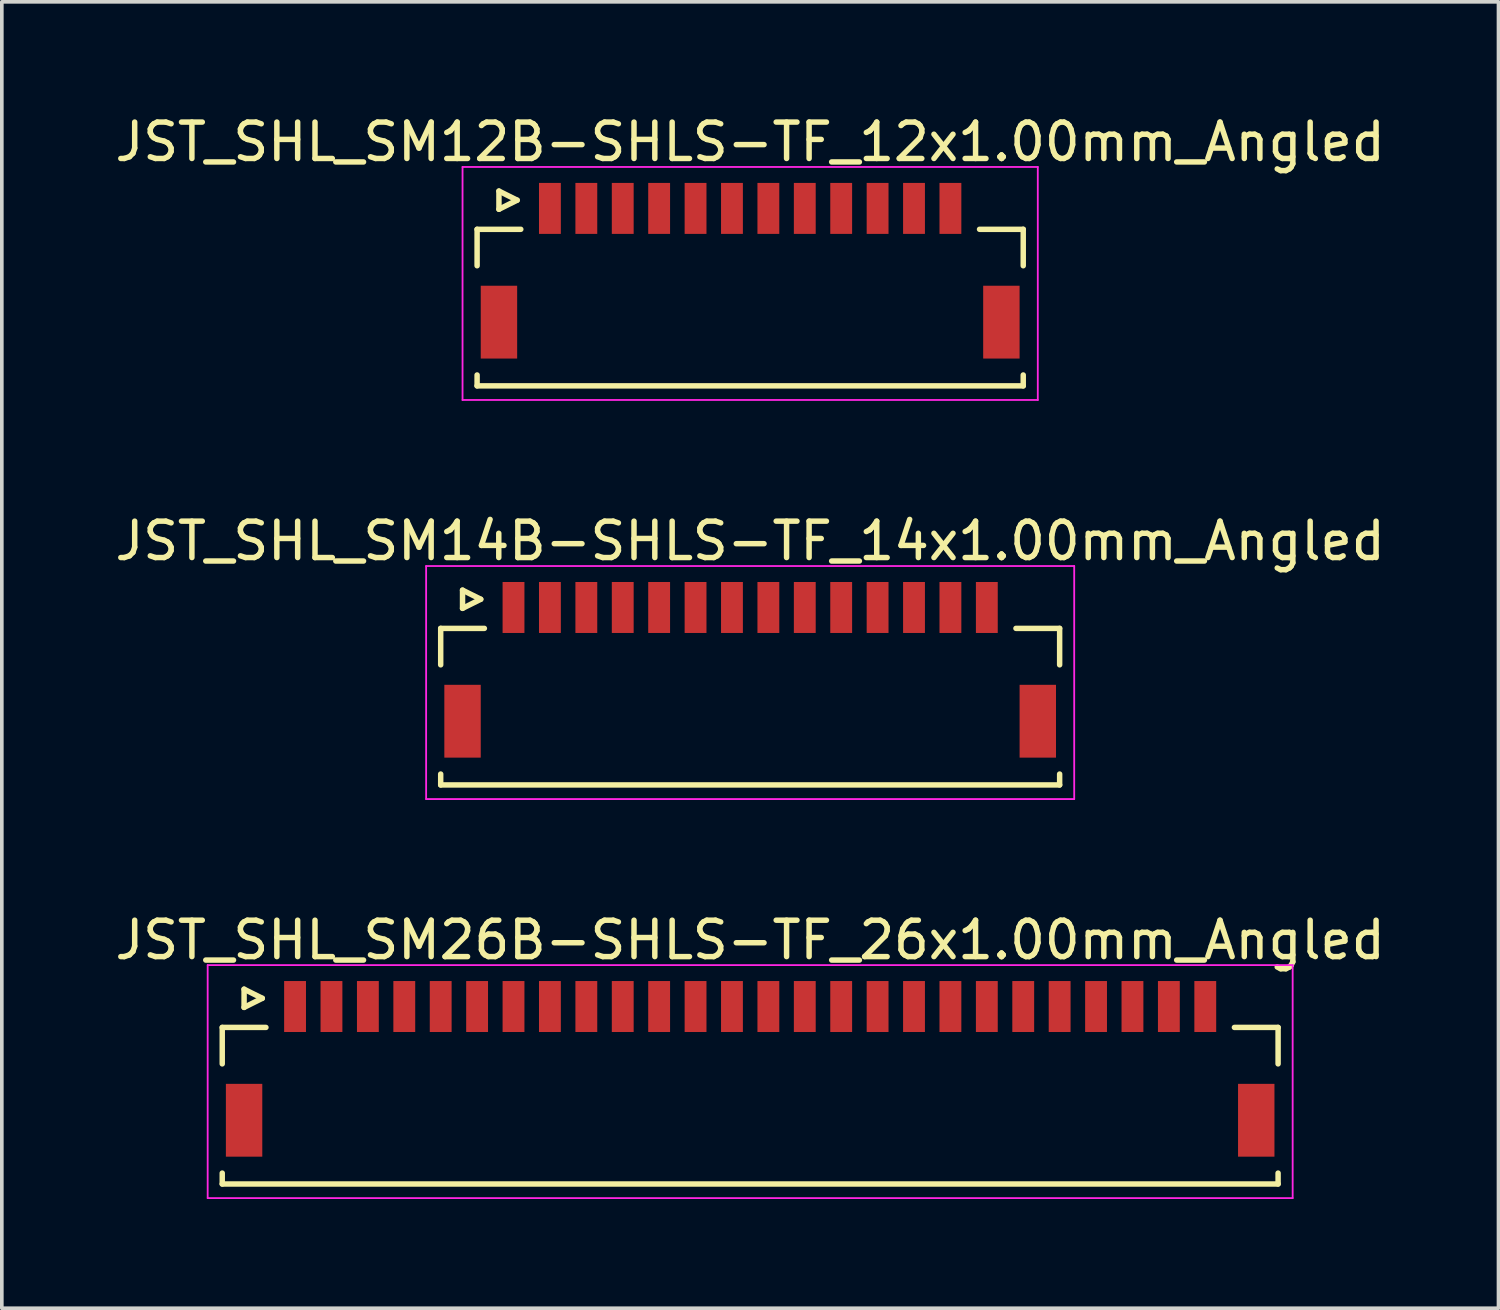
<source format=kicad_pcb>
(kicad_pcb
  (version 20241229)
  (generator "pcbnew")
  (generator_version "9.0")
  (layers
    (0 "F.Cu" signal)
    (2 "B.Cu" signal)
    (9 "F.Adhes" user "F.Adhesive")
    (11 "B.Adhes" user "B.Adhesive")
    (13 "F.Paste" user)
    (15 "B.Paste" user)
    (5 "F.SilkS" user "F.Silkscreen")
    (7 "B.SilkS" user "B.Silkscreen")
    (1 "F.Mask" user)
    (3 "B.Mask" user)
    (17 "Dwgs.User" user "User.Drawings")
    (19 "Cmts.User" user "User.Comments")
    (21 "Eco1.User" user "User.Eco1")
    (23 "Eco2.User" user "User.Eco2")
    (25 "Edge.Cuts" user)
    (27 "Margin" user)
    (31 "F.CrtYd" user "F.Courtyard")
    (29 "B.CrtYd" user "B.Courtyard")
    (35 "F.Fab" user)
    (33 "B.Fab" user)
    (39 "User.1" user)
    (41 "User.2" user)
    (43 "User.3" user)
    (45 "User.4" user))
  (footprint "JST_SHL_SM26B-SHLS-TF_26x1.00mm_Angled"
    (layer "F.Cu")
    (at 17.554 26.157)
    (property "Reference" "JST_SHL_SM26B-SHLS-TF_26x1.00mm_Angled" (at 0 -3.388 0) (layer "F.SilkS") (effects (font (size 1 1) (thickness 0.15))))
    (attr smd)
    (fp_line (start -14.5 -0.988) (end -13.3 -0.988) (stroke (width 0.15) (type solid)) (layer "F.SilkS"))
    (fp_line (start -14.5 0.013) (end -14.5 -0.988) (stroke (width 0.15) (type solid)) (layer "F.SilkS"))
    (fp_line (start -14.5 3.013) (end -14.5 3.312) (stroke (width 0.15) (type solid)) (layer "F.SilkS"))
    (fp_line (start -14.5 3.312) (end 14.5 3.312) (stroke (width 0.15) (type solid)) (layer "F.SilkS"))
    (fp_line (start -13.9 -2.038) (end -13.9 -1.538) (stroke (width 0.15) (type solid)) (layer "F.SilkS"))
    (fp_line (start -13.9 -1.538) (end -13.4 -1.788) (stroke (width 0.15) (type solid)) (layer "F.SilkS"))
    (fp_line (start -13.4 -1.788) (end -13.9 -2.038) (stroke (width 0.15) (type solid)) (layer "F.SilkS"))
    (fp_line (start 14.5 -0.988) (end 13.3 -0.988) (stroke (width 0.15) (type solid)) (layer "F.SilkS"))
    (fp_line (start 14.5 0.013) (end 14.5 -0.988) (stroke (width 0.15) (type solid)) (layer "F.SilkS"))
    (fp_line (start 14.5 3.312) (end 14.5 3.013) (stroke (width 0.15) (type solid)) (layer "F.SilkS"))
    (fp_line (start -14.9 -2.7) (end -14.9 3.7) (stroke (width 0.05) (type solid)) (layer "F.CrtYd"))
    (fp_line (start -14.9 3.7) (end 14.9 3.7) (stroke (width 0.05) (type solid)) (layer "F.CrtYd"))
    (fp_line (start 14.9 -2.7) (end -14.9 -2.7) (stroke (width 0.05) (type solid)) (layer "F.CrtYd"))
    (fp_line (start 14.9 3.7) (end 14.9 -2.7) (stroke (width 0.05) (type solid)) (layer "F.CrtYd"))
    (pad "" smd rect (at -13.9 1.562) (size 1 2) (layers "F.Cu" "F.Mask" "F.Paste"))
    (pad "" smd rect (at 13.9 1.562) (size 1 2) (layers "F.Cu" "F.Mask" "F.Paste"))
    (pad "1" smd rect (at -12.5 -1.562) (size 0.6 1.4) (layers "F.Cu" "F.Mask" "F.Paste"))
    (pad "2" smd rect (at -11.5 -1.562) (size 0.6 1.4) (layers "F.Cu" "F.Mask" "F.Paste"))
    (pad "3" smd rect (at -10.5 -1.562) (size 0.6 1.4) (layers "F.Cu" "F.Mask" "F.Paste"))
    (pad "4" smd rect (at -9.5 -1.562) (size 0.6 1.4) (layers "F.Cu" "F.Mask" "F.Paste"))
    (pad "5" smd rect (at -8.5 -1.562) (size 0.6 1.4) (layers "F.Cu" "F.Mask" "F.Paste"))
    (pad "6" smd rect (at -7.5 -1.562) (size 0.6 1.4) (layers "F.Cu" "F.Mask" "F.Paste"))
    (pad "7" smd rect (at -6.5 -1.562) (size 0.6 1.4) (layers "F.Cu" "F.Mask" "F.Paste"))
    (pad "8" smd rect (at -5.5 -1.562) (size 0.6 1.4) (layers "F.Cu" "F.Mask" "F.Paste"))
    (pad "9" smd rect (at -4.5 -1.562) (size 0.6 1.4) (layers "F.Cu" "F.Mask" "F.Paste"))
    (pad "10" smd rect (at -3.5 -1.562) (size 0.6 1.4) (layers "F.Cu" "F.Mask" "F.Paste"))
    (pad "11" smd rect (at -2.5 -1.562) (size 0.6 1.4) (layers "F.Cu" "F.Mask" "F.Paste"))
    (pad "12" smd rect (at -1.5 -1.562) (size 0.6 1.4) (layers "F.Cu" "F.Mask" "F.Paste"))
    (pad "13" smd rect (at -0.5 -1.562) (size 0.6 1.4) (layers "F.Cu" "F.Mask" "F.Paste"))
    (pad "14" smd rect (at 0.5 -1.562) (size 0.6 1.4) (layers "F.Cu" "F.Mask" "F.Paste"))
    (pad "15" smd rect (at 1.5 -1.562) (size 0.6 1.4) (layers "F.Cu" "F.Mask" "F.Paste"))
    (pad "16" smd rect (at 2.5 -1.562) (size 0.6 1.4) (layers "F.Cu" "F.Mask" "F.Paste"))
    (pad "17" smd rect (at 3.5 -1.562) (size 0.6 1.4) (layers "F.Cu" "F.Mask" "F.Paste"))
    (pad "18" smd rect (at 4.5 -1.562) (size 0.6 1.4) (layers "F.Cu" "F.Mask" "F.Paste"))
    (pad "19" smd rect (at 5.5 -1.562) (size 0.6 1.4) (layers "F.Cu" "F.Mask" "F.Paste"))
    (pad "20" smd rect (at 6.5 -1.562) (size 0.6 1.4) (layers "F.Cu" "F.Mask" "F.Paste"))
    (pad "21" smd rect (at 7.5 -1.562) (size 0.6 1.4) (layers "F.Cu" "F.Mask" "F.Paste"))
    (pad "22" smd rect (at 8.5 -1.562) (size 0.6 1.4) (layers "F.Cu" "F.Mask" "F.Paste"))
    (pad "23" smd rect (at 9.5 -1.562) (size 0.6 1.4) (layers "F.Cu" "F.Mask" "F.Paste"))
    (pad "24" smd rect (at 10.5 -1.562) (size 0.6 1.4) (layers "F.Cu" "F.Mask" "F.Paste"))
    (pad "25" smd rect (at 11.5 -1.562) (size 0.6 1.4) (layers "F.Cu" "F.Mask" "F.Paste"))
    (pad "26" smd rect (at 12.5 -1.562) (size 0.6 1.4) (layers "F.Cu" "F.Mask" "F.Paste")))
  (footprint "JST_SHL_SM14B-SHLS-TF_14x1.00mm_Angled"
    (layer "F.Cu")
    (at 17.554 15.197)
    (property "Reference" "JST_SHL_SM14B-SHLS-TF_14x1.00mm_Angled" (at 0 -3.388 0) (layer "F.SilkS") (effects (font (size 1 1) (thickness 0.15))))
    (attr smd)
    (fp_line (start -8.5 -0.988) (end -7.3 -0.988) (stroke (width 0.15) (type solid)) (layer "F.SilkS"))
    (fp_line (start -8.5 0.013) (end -8.5 -0.988) (stroke (width 0.15) (type solid)) (layer "F.SilkS"))
    (fp_line (start -8.5 3.013) (end -8.5 3.312) (stroke (width 0.15) (type solid)) (layer "F.SilkS"))
    (fp_line (start -8.5 3.312) (end 8.5 3.312) (stroke (width 0.15) (type solid)) (layer "F.SilkS"))
    (fp_line (start -7.9 -2.038) (end -7.9 -1.538) (stroke (width 0.15) (type solid)) (layer "F.SilkS"))
    (fp_line (start -7.9 -1.538) (end -7.4 -1.788) (stroke (width 0.15) (type solid)) (layer "F.SilkS"))
    (fp_line (start -7.4 -1.788) (end -7.9 -2.038) (stroke (width 0.15) (type solid)) (layer "F.SilkS"))
    (fp_line (start 8.5 -0.988) (end 7.3 -0.988) (stroke (width 0.15) (type solid)) (layer "F.SilkS"))
    (fp_line (start 8.5 0.013) (end 8.5 -0.988) (stroke (width 0.15) (type solid)) (layer "F.SilkS"))
    (fp_line (start 8.5 3.312) (end 8.5 3.013) (stroke (width 0.15) (type solid)) (layer "F.SilkS"))
    (fp_line (start -8.9 -2.7) (end -8.9 3.7) (stroke (width 0.05) (type solid)) (layer "F.CrtYd"))
    (fp_line (start -8.9 3.7) (end 8.9 3.7) (stroke (width 0.05) (type solid)) (layer "F.CrtYd"))
    (fp_line (start 8.9 -2.7) (end -8.9 -2.7) (stroke (width 0.05) (type solid)) (layer "F.CrtYd"))
    (fp_line (start 8.9 3.7) (end 8.9 -2.7) (stroke (width 0.05) (type solid)) (layer "F.CrtYd"))
    (pad "" smd rect (at -7.9 1.562) (size 1 2) (layers "F.Cu" "F.Mask" "F.Paste"))
    (pad "" smd rect (at 7.9 1.562) (size 1 2) (layers "F.Cu" "F.Mask" "F.Paste"))
    (pad "1" smd rect (at -6.5 -1.562) (size 0.6 1.4) (layers "F.Cu" "F.Mask" "F.Paste"))
    (pad "2" smd rect (at -5.5 -1.562) (size 0.6 1.4) (layers "F.Cu" "F.Mask" "F.Paste"))
    (pad "3" smd rect (at -4.5 -1.562) (size 0.6 1.4) (layers "F.Cu" "F.Mask" "F.Paste"))
    (pad "4" smd rect (at -3.5 -1.562) (size 0.6 1.4) (layers "F.Cu" "F.Mask" "F.Paste"))
    (pad "5" smd rect (at -2.5 -1.562) (size 0.6 1.4) (layers "F.Cu" "F.Mask" "F.Paste"))
    (pad "6" smd rect (at -1.5 -1.562) (size 0.6 1.4) (layers "F.Cu" "F.Mask" "F.Paste"))
    (pad "7" smd rect (at -0.5 -1.562) (size 0.6 1.4) (layers "F.Cu" "F.Mask" "F.Paste"))
    (pad "8" smd rect (at 0.5 -1.562) (size 0.6 1.4) (layers "F.Cu" "F.Mask" "F.Paste"))
    (pad "9" smd rect (at 1.5 -1.562) (size 0.6 1.4) (layers "F.Cu" "F.Mask" "F.Paste"))
    (pad "10" smd rect (at 2.5 -1.562) (size 0.6 1.4) (layers "F.Cu" "F.Mask" "F.Paste"))
    (pad "11" smd rect (at 3.5 -1.562) (size 0.6 1.4) (layers "F.Cu" "F.Mask" "F.Paste"))
    (pad "12" smd rect (at 4.5 -1.562) (size 0.6 1.4) (layers "F.Cu" "F.Mask" "F.Paste"))
    (pad "13" smd rect (at 5.5 -1.562) (size 0.6 1.4) (layers "F.Cu" "F.Mask" "F.Paste"))
    (pad "14" smd rect (at 6.5 -1.562) (size 0.6 1.4) (layers "F.Cu" "F.Mask" "F.Paste")))
  (footprint "JST_SHL_SM12B-SHLS-TF_12x1.00mm_Angled"
    (layer "F.Cu")
    (at 17.554 4.236)
    (property "Reference" "JST_SHL_SM12B-SHLS-TF_12x1.00mm_Angled" (at 0 -3.388 0) (layer "F.SilkS") (effects (font (size 1 1) (thickness 0.15))))
    (attr smd)
    (fp_line (start -7.5 -0.988) (end -6.3 -0.988) (stroke (width 0.15) (type solid)) (layer "F.SilkS"))
    (fp_line (start -7.5 0.013) (end -7.5 -0.988) (stroke (width 0.15) (type solid)) (layer "F.SilkS"))
    (fp_line (start -7.5 3.013) (end -7.5 3.312) (stroke (width 0.15) (type solid)) (layer "F.SilkS"))
    (fp_line (start -7.5 3.312) (end 7.5 3.312) (stroke (width 0.15) (type solid)) (layer "F.SilkS"))
    (fp_line (start -6.9 -2.038) (end -6.9 -1.538) (stroke (width 0.15) (type solid)) (layer "F.SilkS"))
    (fp_line (start -6.9 -1.538) (end -6.4 -1.788) (stroke (width 0.15) (type solid)) (layer "F.SilkS"))
    (fp_line (start -6.4 -1.788) (end -6.9 -2.038) (stroke (width 0.15) (type solid)) (layer "F.SilkS"))
    (fp_line (start 7.5 -0.988) (end 6.3 -0.988) (stroke (width 0.15) (type solid)) (layer "F.SilkS"))
    (fp_line (start 7.5 0.013) (end 7.5 -0.988) (stroke (width 0.15) (type solid)) (layer "F.SilkS"))
    (fp_line (start 7.5 3.312) (end 7.5 3.013) (stroke (width 0.15) (type solid)) (layer "F.SilkS"))
    (fp_line (start -7.9 -2.7) (end -7.9 3.7) (stroke (width 0.05) (type solid)) (layer "F.CrtYd"))
    (fp_line (start -7.9 3.7) (end 7.9 3.7) (stroke (width 0.05) (type solid)) (layer "F.CrtYd"))
    (fp_line (start 7.9 -2.7) (end -7.9 -2.7) (stroke (width 0.05) (type solid)) (layer "F.CrtYd"))
    (fp_line (start 7.9 3.7) (end 7.9 -2.7) (stroke (width 0.05) (type solid)) (layer "F.CrtYd"))
    (pad "" smd rect (at -6.9 1.562) (size 1 2) (layers "F.Cu" "F.Mask" "F.Paste"))
    (pad "" smd rect (at 6.9 1.562) (size 1 2) (layers "F.Cu" "F.Mask" "F.Paste"))
    (pad "1" smd rect (at -5.5 -1.562) (size 0.6 1.4) (layers "F.Cu" "F.Mask" "F.Paste"))
    (pad "2" smd rect (at -4.5 -1.562) (size 0.6 1.4) (layers "F.Cu" "F.Mask" "F.Paste"))
    (pad "3" smd rect (at -3.5 -1.562) (size 0.6 1.4) (layers "F.Cu" "F.Mask" "F.Paste"))
    (pad "4" smd rect (at -2.5 -1.562) (size 0.6 1.4) (layers "F.Cu" "F.Mask" "F.Paste"))
    (pad "5" smd rect (at -1.5 -1.562) (size 0.6 1.4) (layers "F.Cu" "F.Mask" "F.Paste"))
    (pad "6" smd rect (at -0.5 -1.562) (size 0.6 1.4) (layers "F.Cu" "F.Mask" "F.Paste"))
    (pad "7" smd rect (at 0.5 -1.562) (size 0.6 1.4) (layers "F.Cu" "F.Mask" "F.Paste"))
    (pad "8" smd rect (at 1.5 -1.562) (size 0.6 1.4) (layers "F.Cu" "F.Mask" "F.Paste"))
    (pad "9" smd rect (at 2.5 -1.562) (size 0.6 1.4) (layers "F.Cu" "F.Mask" "F.Paste"))
    (pad "10" smd rect (at 3.5 -1.562) (size 0.6 1.4) (layers "F.Cu" "F.Mask" "F.Paste"))
    (pad "11" smd rect (at 4.5 -1.562) (size 0.6 1.4) (layers "F.Cu" "F.Mask" "F.Paste"))
    (pad "12" smd rect (at 5.5 -1.562) (size 0.6 1.4) (layers "F.Cu" "F.Mask" "F.Paste")))
  (gr_rect
    (start -3 -3)
    (end 38.107 32.882)
    (stroke (width 0.1) (type default))
    (fill no)
    (layer "Edge.Cuts")))
</source>
